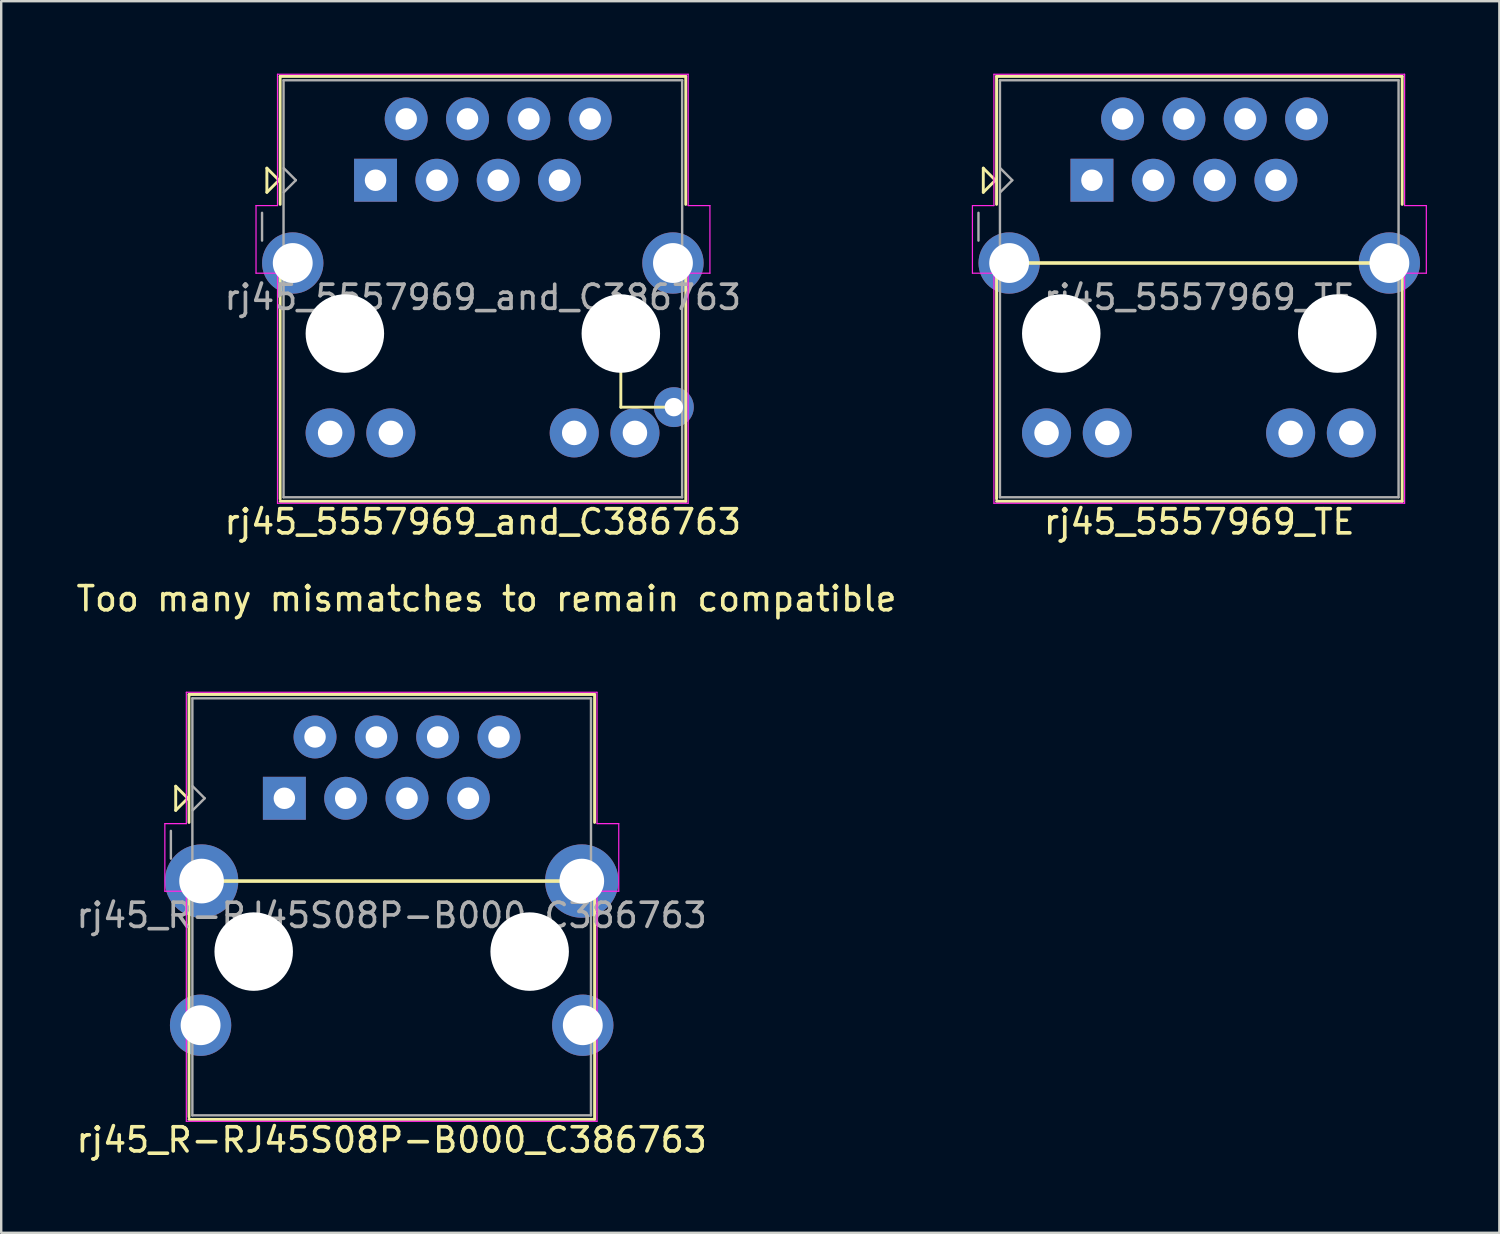
<source format=kicad_pcb>
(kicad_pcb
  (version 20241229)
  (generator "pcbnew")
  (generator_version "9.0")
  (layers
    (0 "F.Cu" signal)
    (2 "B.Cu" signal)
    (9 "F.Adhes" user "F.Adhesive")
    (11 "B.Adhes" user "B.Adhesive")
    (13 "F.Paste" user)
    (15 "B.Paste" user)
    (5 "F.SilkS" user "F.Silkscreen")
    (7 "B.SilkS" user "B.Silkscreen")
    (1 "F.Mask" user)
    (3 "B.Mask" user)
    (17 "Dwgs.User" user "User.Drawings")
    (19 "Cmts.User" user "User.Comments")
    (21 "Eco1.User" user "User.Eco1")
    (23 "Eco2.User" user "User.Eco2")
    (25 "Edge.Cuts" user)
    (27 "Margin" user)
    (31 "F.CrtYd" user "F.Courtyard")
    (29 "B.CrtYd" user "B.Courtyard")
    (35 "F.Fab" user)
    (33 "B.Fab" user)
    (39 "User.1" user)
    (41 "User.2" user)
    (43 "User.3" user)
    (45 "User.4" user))
  (footprint "rj45_5557969_TE"
    (layer "F.Cu")
    (at 42.177 4.415)
    (property "Reference" "rj45_5557969_TE" (at 4.445 14.15 0) (layer "F.SilkS") (effects (font (size 1 1) (thickness 0.15))))
    (attr through_hole)
    (fp_line (start -4.5 -0.5) (end -4.5 0.5) (stroke (width 0.12) (type solid)) (layer "F.SilkS"))
    (fp_line (start -4.5 0.5) (end -4 0) (stroke (width 0.12) (type solid)) (layer "F.SilkS"))
    (fp_line (start -4 0) (end -4.5 -0.5) (stroke (width 0.12) (type solid)) (layer "F.SilkS"))
    (fp_line (start -3.95 -4.3) (end -3.95 1) (stroke (width 0.12) (type solid)) (layer "F.SilkS"))
    (fp_line (start -3.95 -4.3) (end 12.85 -4.3) (stroke (width 0.12) (type solid)) (layer "F.SilkS"))
    (fp_line (start -3.95 13.2) (end -3.95 3.9) (stroke (width 0.12) (type solid)) (layer "F.SilkS"))
    (fp_line (start -3.95 13.3) (end 12.85 13.3) (stroke (width 0.12) (type solid)) (layer "F.SilkS"))
    (fp_line (start -3.429 3.429) (end 12.446 3.429) (stroke (width 0.15) (type solid)) (layer "F.SilkS"))
    (fp_line (start 12.85 -4.3) (end 12.85 1) (stroke (width 0.12) (type solid)) (layer "F.SilkS"))
    (fp_line (start 12.85 13.3) (end 12.85 3.9) (stroke (width 0.12) (type solid)) (layer "F.SilkS"))
    (fp_line (start -4.95 3.85) (end -4.95 1.05) (stroke (width 0.05) (type solid)) (layer "F.CrtYd"))
    (fp_line (start -4.06 -4.39) (end 12.95 -4.39) (stroke (width 0.05) (type solid)) (layer "F.CrtYd"))
    (fp_line (start -4.06 1.05) (end -4.95 1.05) (stroke (width 0.05) (type solid)) (layer "F.CrtYd"))
    (fp_line (start -4.06 1.05) (end -4.06 -4.39) (stroke (width 0.05) (type solid)) (layer "F.CrtYd"))
    (fp_line (start -4.06 3.85) (end -4.95 3.85) (stroke (width 0.05) (type solid)) (layer "F.CrtYd"))
    (fp_line (start -4.06 13.38) (end -4.06 3.85) (stroke (width 0.05) (type solid)) (layer "F.CrtYd"))
    (fp_line (start 12.95 1.05) (end 12.95 -4.39) (stroke (width 0.05) (type solid)) (layer "F.CrtYd"))
    (fp_line (start 12.95 1.05) (end 13.85 1.05) (stroke (width 0.05) (type solid)) (layer "F.CrtYd"))
    (fp_line (start 12.95 3.85) (end 12.95 13.38) (stroke (width 0.05) (type solid)) (layer "F.CrtYd"))
    (fp_line (start 12.95 3.85) (end 13.85 3.85) (stroke (width 0.05) (type solid)) (layer "F.CrtYd"))
    (fp_line (start 12.95 13.38) (end -4.06 13.38) (stroke (width 0.05) (type solid)) (layer "F.CrtYd"))
    (fp_line (start 13.85 3.85) (end 13.85 1.05) (stroke (width 0.05) (type solid)) (layer "F.CrtYd"))
    (fp_line (start -4.7 2.5) (end -4.7 1.35) (stroke (width 0.1) (type solid)) (layer "F.Fab"))
    (fp_line (start -3.81 -4.14) (end -3.81 13.132) (stroke (width 0.1) (type solid)) (layer "F.Fab"))
    (fp_line (start -3.81 -4.14) (end 12.7 -4.14) (stroke (width 0.1) (type solid)) (layer "F.Fab"))
    (fp_line (start -3.81 13.132) (end 12.7 13.132) (stroke (width 0.1) (type solid)) (layer "F.Fab"))
    (fp_line (start -3.8 -0.5) (end -3.3 0) (stroke (width 0.1) (type solid)) (layer "F.Fab"))
    (fp_line (start -3.8 0.5) (end -3.3 0) (stroke (width 0.1) (type solid)) (layer "F.Fab"))
    (fp_line (start 12.7 -4.14) (end 12.7 13.132) (stroke (width 0.1) (type solid)) (layer "F.Fab"))
    (fp_text user "${REFERENCE}" (at 4.445 4.85 0) (layer "F.Fab") (effects (font (size 1 1) (thickness 0.15))))
    (pad "" np_thru_hole circle (at -1.27 6.35) (size 3.251 3.251) (drill 3.251) (layers "*.Cu" "*.Mask"))
    (pad "" np_thru_hole circle (at 10.16 6.35) (size 3.251 3.251) (drill 3.251) (layers "*.Cu" "*.Mask"))
    (pad "1" thru_hole rect (at 0 0) (size 1.778 1.778) (drill 0.889) (layers "*.Cu" "*.Mask"))
    (pad "2" thru_hole circle (at 1.27 -2.54) (size 1.778 1.778) (drill 0.889) (layers "*.Cu" "*.Mask"))
    (pad "3" thru_hole circle (at 2.54 0) (size 1.778 1.778) (drill 0.889) (layers "*.Cu" "*.Mask"))
    (pad "4" thru_hole circle (at 3.81 -2.54) (size 1.778 1.778) (drill 0.889) (layers "*.Cu" "*.Mask"))
    (pad "5" thru_hole circle (at 5.08 0) (size 1.778 1.778) (drill 0.889) (layers "*.Cu" "*.Mask"))
    (pad "6" thru_hole circle (at 6.35 -2.54) (size 1.778 1.778) (drill 0.889) (layers "*.Cu" "*.Mask"))
    (pad "7" thru_hole circle (at 7.62 0) (size 1.778 1.778) (drill 0.889) (layers "*.Cu" "*.Mask"))
    (pad "8" thru_hole circle (at 8.89 -2.54) (size 1.778 1.778) (drill 0.889) (layers "*.Cu" "*.Mask"))
    (pad "9" thru_hole circle (at 10.744 10.465) (size 2.032 2.032) (drill 1.016) (layers "*.Cu" "*.Mask"))
    (pad "10" thru_hole circle (at 8.23 10.465) (size 2.032 2.032) (drill 1.016) (layers "*.Cu" "*.Mask"))
    (pad "11" thru_hole circle (at 0.635 10.465) (size 2.032 2.032) (drill 1.016) (layers "*.Cu" "*.Mask"))
    (pad "12" thru_hole circle (at -1.88 10.465) (size 2.032 2.032) (drill 1.016) (layers "*.Cu" "*.Mask"))
    (pad "SH" thru_hole circle (at -3.429 3.429) (size 2.54 2.54) (drill 1.651) (layers "*.Cu" "*.Mask"))
    (pad "SH" thru_hole circle (at 12.319 3.429) (size 2.54 2.54) (drill 1.651) (layers "*.Cu" "*.Mask")))
  (footprint "rj45_5557969_and_C386763"
    (layer "F.Cu")
    (at 12.504 4.415)
    (property "Reference" "rj45_5557969_and_C386763" (at 4.445 14.15 0) (layer "F.SilkS") (effects (font (size 1 1) (thickness 0.15))))
    (attr through_hole)
    (fp_line (start -4.5 -0.5) (end -4.5 0.5) (stroke (width 0.12) (type solid)) (layer "F.SilkS"))
    (fp_line (start -4.5 0.5) (end -4 0) (stroke (width 0.12) (type solid)) (layer "F.SilkS"))
    (fp_line (start -4 0) (end -4.5 -0.5) (stroke (width 0.12) (type solid)) (layer "F.SilkS"))
    (fp_line (start -3.95 -4.3) (end -3.95 1) (stroke (width 0.12) (type solid)) (layer "F.SilkS"))
    (fp_line (start -3.95 -4.3) (end 12.85 -4.3) (stroke (width 0.12) (type solid)) (layer "F.SilkS"))
    (fp_line (start -3.95 13.2) (end -3.95 3.9) (stroke (width 0.12) (type solid)) (layer "F.SilkS"))
    (fp_line (start -3.95 13.3) (end 12.85 13.3) (stroke (width 0.12) (type solid)) (layer "F.SilkS"))
    (fp_line (start 10.16 6.35) (end 10.16 9.4) (stroke (width 0.12) (type solid)) (layer "F.SilkS"))
    (fp_line (start 12.36 9.4) (end 10.16 9.4) (stroke (width 0.12) (type solid)) (layer "F.SilkS"))
    (fp_line (start 12.85 -4.3) (end 12.85 1) (stroke (width 0.12) (type solid)) (layer "F.SilkS"))
    (fp_line (start 12.85 13.3) (end 12.85 3.9) (stroke (width 0.12) (type solid)) (layer "F.SilkS"))
    (fp_line (start -4.95 3.85) (end -4.95 1.05) (stroke (width 0.05) (type solid)) (layer "F.CrtYd"))
    (fp_line (start -4.06 -4.39) (end 12.95 -4.39) (stroke (width 0.05) (type solid)) (layer "F.CrtYd"))
    (fp_line (start -4.06 1.05) (end -4.95 1.05) (stroke (width 0.05) (type solid)) (layer "F.CrtYd"))
    (fp_line (start -4.06 1.05) (end -4.06 -4.39) (stroke (width 0.05) (type solid)) (layer "F.CrtYd"))
    (fp_line (start -4.06 3.85) (end -4.95 3.85) (stroke (width 0.05) (type solid)) (layer "F.CrtYd"))
    (fp_line (start -4.06 13.38) (end -4.06 3.85) (stroke (width 0.05) (type solid)) (layer "F.CrtYd"))
    (fp_line (start 12.95 1.05) (end 12.95 -4.39) (stroke (width 0.05) (type solid)) (layer "F.CrtYd"))
    (fp_line (start 12.95 1.05) (end 13.85 1.05) (stroke (width 0.05) (type solid)) (layer "F.CrtYd"))
    (fp_line (start 12.95 3.85) (end 12.95 13.38) (stroke (width 0.05) (type solid)) (layer "F.CrtYd"))
    (fp_line (start 12.95 3.85) (end 13.85 3.85) (stroke (width 0.05) (type solid)) (layer "F.CrtYd"))
    (fp_line (start 12.95 13.38) (end -4.06 13.38) (stroke (width 0.05) (type solid)) (layer "F.CrtYd"))
    (fp_line (start 13.85 3.85) (end 13.85 1.05) (stroke (width 0.05) (type solid)) (layer "F.CrtYd"))
    (fp_line (start -4.7 2.5) (end -4.7 1.35) (stroke (width 0.1) (type solid)) (layer "F.Fab"))
    (fp_line (start -3.81 -4.14) (end -3.81 13.132) (stroke (width 0.1) (type solid)) (layer "F.Fab"))
    (fp_line (start -3.81 -4.14) (end 12.7 -4.14) (stroke (width 0.1) (type solid)) (layer "F.Fab"))
    (fp_line (start -3.81 13.132) (end 12.7 13.132) (stroke (width 0.1) (type solid)) (layer "F.Fab"))
    (fp_line (start -3.8 -0.5) (end -3.3 0) (stroke (width 0.1) (type solid)) (layer "F.Fab"))
    (fp_line (start -3.8 0.5) (end -3.3 0) (stroke (width 0.1) (type solid)) (layer "F.Fab"))
    (fp_line (start 12.7 -4.14) (end 12.7 13.132) (stroke (width 0.1) (type solid)) (layer "F.Fab"))
    (fp_text user "Too many mismatches to remain compatible" (at 4.597 17.335 0) (layer "F.SilkS") (effects (font (size 1 1) (thickness 0.15))))
    (fp_text user "${REFERENCE}" (at 4.445 4.85 0) (layer "F.Fab") (effects (font (size 1 1) (thickness 0.15))))
    (pad "" np_thru_hole circle (at -1.27 6.35) (size 3.251 3.251) (drill 3.251) (layers "*.Cu" "*.Mask"))
    (pad "" np_thru_hole circle (at 10.16 6.35) (size 3.251 3.251) (drill 3.251) (layers "*.Cu" "*.Mask"))
    (pad "1" thru_hole rect (at 0 0) (size 1.778 1.778) (drill 0.889) (layers "*.Cu" "*.Mask"))
    (pad "2" thru_hole circle (at 1.27 -2.54) (size 1.778 1.778) (drill 0.889) (layers "*.Cu" "*.Mask"))
    (pad "3" thru_hole circle (at 2.54 0) (size 1.778 1.778) (drill 0.889) (layers "*.Cu" "*.Mask"))
    (pad "4" thru_hole circle (at 3.81 -2.54) (size 1.778 1.778) (drill 0.889) (layers "*.Cu" "*.Mask"))
    (pad "5" thru_hole circle (at 5.08 0) (size 1.778 1.778) (drill 0.889) (layers "*.Cu" "*.Mask"))
    (pad "6" thru_hole circle (at 6.35 -2.54) (size 1.778 1.778) (drill 0.889) (layers "*.Cu" "*.Mask"))
    (pad "7" thru_hole circle (at 7.62 0) (size 1.778 1.778) (drill 0.889) (layers "*.Cu" "*.Mask"))
    (pad "8" thru_hole circle (at 8.89 -2.54) (size 1.778 1.778) (drill 0.889) (layers "*.Cu" "*.Mask"))
    (pad "9" thru_hole circle (at 10.744 10.465) (size 2.032 2.032) (drill 1.016) (layers "*.Cu" "*.Mask"))
    (pad "10" thru_hole circle (at 8.23 10.465) (size 2.032 2.032) (drill 1.016) (layers "*.Cu" "*.Mask"))
    (pad "11" thru_hole circle (at 0.635 10.465) (size 2.032 2.032) (drill 1.016) (layers "*.Cu" "*.Mask"))
    (pad "12" thru_hole circle (at -1.88 10.465) (size 2.032 2.032) (drill 1.016) (layers "*.Cu" "*.Mask"))
    (pad "SHA" thru_hole circle (at -3.429 3.429) (size 2.54 2.54) (drill 1.651) (layers "*.Cu" "*.Mask"))
    (pad "SHA" thru_hole circle (at 12.357 9.398) (size 1.65 1.65) (drill 0.762) (layers "*.Cu" "*.Mask"))
    (pad "SHB" thru_hole circle (at 12.319 3.429) (size 2.54 2.54) (drill 1.651) (layers "*.Cu" "*.Mask")))
  (footprint "rj45_R-RJ45S08P-B000_C386763"
    (layer "F.Cu")
    (at 8.728 30.014)
    (property "Reference" "rj45_R-RJ45S08P-B000_C386763" (at 4.445 14.15 0) (layer "F.SilkS") (effects (font (size 1 1) (thickness 0.15))))
    (attr through_hole)
    (fp_line (start -4.5 -0.5) (end -4.5 0.5) (stroke (width 0.12) (type solid)) (layer "F.SilkS"))
    (fp_line (start -4.5 0.5) (end -4 0) (stroke (width 0.12) (type solid)) (layer "F.SilkS"))
    (fp_line (start -4 0) (end -4.5 -0.5) (stroke (width 0.12) (type solid)) (layer "F.SilkS"))
    (fp_line (start -3.95 -4.3) (end -3.95 1) (stroke (width 0.12) (type solid)) (layer "F.SilkS"))
    (fp_line (start -3.95 -4.3) (end 12.85 -4.3) (stroke (width 0.12) (type solid)) (layer "F.SilkS"))
    (fp_line (start -3.95 13.2) (end -3.95 3.9) (stroke (width 0.12) (type solid)) (layer "F.SilkS"))
    (fp_line (start -3.95 13.3) (end 12.85 13.3) (stroke (width 0.12) (type solid)) (layer "F.SilkS"))
    (fp_line (start -3.429 3.429) (end 12.446 3.429) (stroke (width 0.15) (type solid)) (layer "F.SilkS"))
    (fp_line (start 12.85 -4.3) (end 12.85 1) (stroke (width 0.12) (type solid)) (layer "F.SilkS"))
    (fp_line (start 12.85 13.3) (end 12.85 3.9) (stroke (width 0.12) (type solid)) (layer "F.SilkS"))
    (fp_line (start -4.95 3.85) (end -4.95 1.05) (stroke (width 0.05) (type solid)) (layer "F.CrtYd"))
    (fp_line (start -4.06 -4.39) (end 12.95 -4.39) (stroke (width 0.05) (type solid)) (layer "F.CrtYd"))
    (fp_line (start -4.06 1.05) (end -4.95 1.05) (stroke (width 0.05) (type solid)) (layer "F.CrtYd"))
    (fp_line (start -4.06 1.05) (end -4.06 -4.39) (stroke (width 0.05) (type solid)) (layer "F.CrtYd"))
    (fp_line (start -4.06 3.85) (end -4.95 3.85) (stroke (width 0.05) (type solid)) (layer "F.CrtYd"))
    (fp_line (start -4.06 13.38) (end -4.06 3.85) (stroke (width 0.05) (type solid)) (layer "F.CrtYd"))
    (fp_line (start 12.95 1.05) (end 12.95 -4.39) (stroke (width 0.05) (type solid)) (layer "F.CrtYd"))
    (fp_line (start 12.95 1.05) (end 13.85 1.05) (stroke (width 0.05) (type solid)) (layer "F.CrtYd"))
    (fp_line (start 12.95 3.85) (end 12.95 13.38) (stroke (width 0.05) (type solid)) (layer "F.CrtYd"))
    (fp_line (start 12.95 3.85) (end 13.85 3.85) (stroke (width 0.05) (type solid)) (layer "F.CrtYd"))
    (fp_line (start 12.95 13.38) (end -4.06 13.38) (stroke (width 0.05) (type solid)) (layer "F.CrtYd"))
    (fp_line (start 13.85 3.85) (end 13.85 1.05) (stroke (width 0.05) (type solid)) (layer "F.CrtYd"))
    (fp_line (start -4.7 2.5) (end -4.7 1.35) (stroke (width 0.1) (type solid)) (layer "F.Fab"))
    (fp_line (start -3.81 -4.14) (end -3.81 13.132) (stroke (width 0.1) (type solid)) (layer "F.Fab"))
    (fp_line (start -3.81 -4.14) (end 12.7 -4.14) (stroke (width 0.1) (type solid)) (layer "F.Fab"))
    (fp_line (start -3.81 13.132) (end 12.7 13.132) (stroke (width 0.1) (type solid)) (layer "F.Fab"))
    (fp_line (start -3.8 -0.5) (end -3.3 0) (stroke (width 0.1) (type solid)) (layer "F.Fab"))
    (fp_line (start -3.8 0.5) (end -3.3 0) (stroke (width 0.1) (type solid)) (layer "F.Fab"))
    (fp_line (start 12.7 -4.14) (end 12.7 13.132) (stroke (width 0.1) (type solid)) (layer "F.Fab"))
    (fp_text user "${REFERENCE}" (at 4.445 4.85 0) (layer "F.Fab") (effects (font (size 1 1) (thickness 0.15))))
    (pad "" np_thru_hole circle (at -1.27 6.35) (size 3.251 3.251) (drill 3.251) (layers "*.Cu" "*.Mask"))
    (pad "" np_thru_hole circle (at 10.16 6.35) (size 3.251 3.251) (drill 3.251) (layers "*.Cu" "*.Mask"))
    (pad "1" thru_hole rect (at 0 0) (size 1.778 1.778) (drill 0.889) (layers "*.Cu" "*.Mask"))
    (pad "2" thru_hole circle (at 1.27 -2.54) (size 1.778 1.778) (drill 0.889) (layers "*.Cu" "*.Mask"))
    (pad "3" thru_hole circle (at 2.54 0) (size 1.778 1.778) (drill 0.889) (layers "*.Cu" "*.Mask"))
    (pad "4" thru_hole circle (at 3.81 -2.54) (size 1.778 1.778) (drill 0.889) (layers "*.Cu" "*.Mask"))
    (pad "5" thru_hole circle (at 5.08 0) (size 1.778 1.778) (drill 0.889) (layers "*.Cu" "*.Mask"))
    (pad "6" thru_hole circle (at 6.35 -2.54) (size 1.778 1.778) (drill 0.889) (layers "*.Cu" "*.Mask"))
    (pad "7" thru_hole circle (at 7.62 0) (size 1.778 1.778) (drill 0.889) (layers "*.Cu" "*.Mask"))
    (pad "8" thru_hole circle (at 8.89 -2.54) (size 1.778 1.778) (drill 0.889) (layers "*.Cu" "*.Mask"))
    (pad "SHA" thru_hole circle (at -3.429 3.429) (size 3.04 3.04) (drill 1.851) (layers "*.Cu" "*.Mask"))
    (pad "SHAA" thru_hole circle (at -3.47 9.4) (size 2.54 2.54) (drill 1.651) (layers "*.Cu" "*.Mask"))
    (pad "SHB" thru_hole circle (at 12.319 3.429) (size 3.04 3.04) (drill 1.851) (layers "*.Cu" "*.Mask"))
    (pad "SHBB" thru_hole circle (at 12.36 9.4) (size 2.54 2.54) (drill 1.651) (layers "*.Cu" "*.Mask")))
  (gr_rect
    (start -3 -3)
    (end 59.052 48.012)
    (stroke (width 0.1) (type default))
    (fill no)
    (layer "Edge.Cuts")))
</source>
